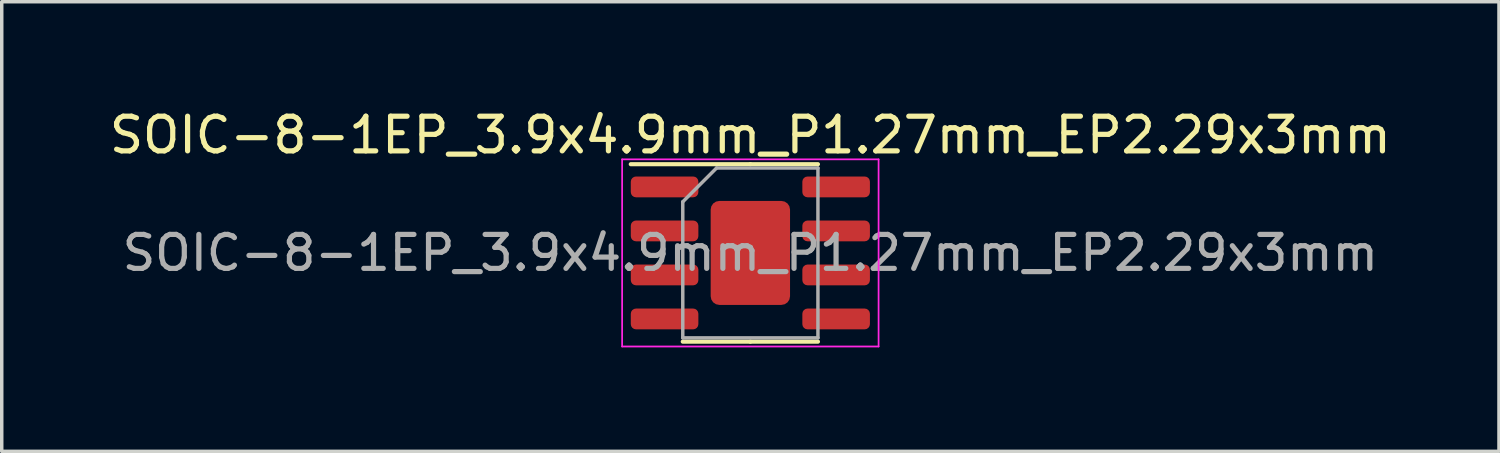
<source format=kicad_pcb>
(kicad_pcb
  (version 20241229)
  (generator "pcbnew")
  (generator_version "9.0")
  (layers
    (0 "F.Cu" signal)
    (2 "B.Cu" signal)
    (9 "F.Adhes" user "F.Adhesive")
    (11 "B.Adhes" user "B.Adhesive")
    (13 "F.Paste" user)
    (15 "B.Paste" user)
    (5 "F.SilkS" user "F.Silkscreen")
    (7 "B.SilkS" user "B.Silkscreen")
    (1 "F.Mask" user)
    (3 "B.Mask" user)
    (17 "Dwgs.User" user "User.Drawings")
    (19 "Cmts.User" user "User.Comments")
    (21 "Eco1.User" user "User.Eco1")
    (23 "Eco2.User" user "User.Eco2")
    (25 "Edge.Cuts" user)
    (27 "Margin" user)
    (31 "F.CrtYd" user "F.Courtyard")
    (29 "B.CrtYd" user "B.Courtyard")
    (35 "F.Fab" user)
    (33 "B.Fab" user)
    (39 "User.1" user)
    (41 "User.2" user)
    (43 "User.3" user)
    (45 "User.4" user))
  (footprint "SOIC-8-1EP_3.9x4.9mm_P1.27mm_EP2.29x3mm"
    (layer "F.Cu")
    (at 18.601 4.248)
    (property "Reference" "SOIC-8-1EP_3.9x4.9mm_P1.27mm_EP2.29x3mm" (at 0 -3.4 0) (layer "F.SilkS") (effects (font (size 1 1) (thickness 0.15))))
    (attr smd)
    (fp_line (start 0 -2.56) (end -3.45 -2.56) (stroke (width 0.12) (type solid)) (layer "F.SilkS"))
    (fp_line (start 0 -2.56) (end 1.95 -2.56) (stroke (width 0.12) (type solid)) (layer "F.SilkS"))
    (fp_line (start 0 2.56) (end -1.95 2.56) (stroke (width 0.12) (type solid)) (layer "F.SilkS"))
    (fp_line (start 0 2.56) (end 1.95 2.56) (stroke (width 0.12) (type solid)) (layer "F.SilkS"))
    (fp_line (start -3.7 -2.7) (end -3.7 2.7) (stroke (width 0.05) (type solid)) (layer "F.CrtYd"))
    (fp_line (start -3.7 2.7) (end 3.7 2.7) (stroke (width 0.05) (type solid)) (layer "F.CrtYd"))
    (fp_line (start 3.7 -2.7) (end -3.7 -2.7) (stroke (width 0.05) (type solid)) (layer "F.CrtYd"))
    (fp_line (start 3.7 2.7) (end 3.7 -2.7) (stroke (width 0.05) (type solid)) (layer "F.CrtYd"))
    (fp_line (start -1.95 -1.475) (end -0.975 -2.45) (stroke (width 0.1) (type solid)) (layer "F.Fab"))
    (fp_line (start -1.95 2.45) (end -1.95 -1.475) (stroke (width 0.1) (type solid)) (layer "F.Fab"))
    (fp_line (start -0.975 -2.45) (end 1.95 -2.45) (stroke (width 0.1) (type solid)) (layer "F.Fab"))
    (fp_line (start 1.95 -2.45) (end 1.95 2.45) (stroke (width 0.1) (type solid)) (layer "F.Fab"))
    (fp_line (start 1.95 2.45) (end -1.95 2.45) (stroke (width 0.1) (type solid)) (layer "F.Fab"))
    (fp_text user "${REFERENCE}" (at 0 0 0) (layer "F.Fab") (effects (font (size 0.98 0.98) (thickness 0.15))))
    (pad "" smd roundrect (at -0.57 -0.75) (size 0.92 1.21) (layers "F.Paste") (roundrect_rratio 0.25))
    (pad "" smd roundrect (at -0.57 0.75) (size 0.92 1.21) (layers "F.Paste") (roundrect_rratio 0.25))
    (pad "" smd roundrect (at 0.57 -0.75) (size 0.92 1.21) (layers "F.Paste") (roundrect_rratio 0.25))
    (pad "" smd roundrect (at 0.57 0.75) (size 0.92 1.21) (layers "F.Paste") (roundrect_rratio 0.25))
    (pad "1" smd roundrect (at -2.475 -1.905) (size 1.95 0.6) (layers "F.Cu" "F.Mask" "F.Paste") (roundrect_rratio 0.25))
    (pad "2" smd roundrect (at -2.475 -0.635) (size 1.95 0.6) (layers "F.Cu" "F.Mask" "F.Paste") (roundrect_rratio 0.25))
    (pad "3" smd roundrect (at -2.475 0.635) (size 1.95 0.6) (layers "F.Cu" "F.Mask" "F.Paste") (roundrect_rratio 0.25))
    (pad "4" smd roundrect (at -2.475 1.905) (size 1.95 0.6) (layers "F.Cu" "F.Mask" "F.Paste") (roundrect_rratio 0.25))
    (pad "5" smd roundrect (at 2.475 1.905) (size 1.95 0.6) (layers "F.Cu" "F.Mask" "F.Paste") (roundrect_rratio 0.25))
    (pad "6" smd roundrect (at 2.475 0.635) (size 1.95 0.6) (layers "F.Cu" "F.Mask" "F.Paste") (roundrect_rratio 0.25))
    (pad "7" smd roundrect (at 2.475 -0.635) (size 1.95 0.6) (layers "F.Cu" "F.Mask" "F.Paste") (roundrect_rratio 0.25))
    (pad "8" smd roundrect (at 2.475 -1.905) (size 1.95 0.6) (layers "F.Cu" "F.Mask" "F.Paste") (roundrect_rratio 0.25))
    (pad "9" smd roundrect (at 0 0) (size 2.29 3) (layers "F.Cu" "F.Mask") (roundrect_rratio 0.109)))
  (gr_rect
    (start -3 -3)
    (end 40.202 9.973)
    (stroke (width 0.1) (type default))
    (fill no)
    (layer "Edge.Cuts")))
</source>
